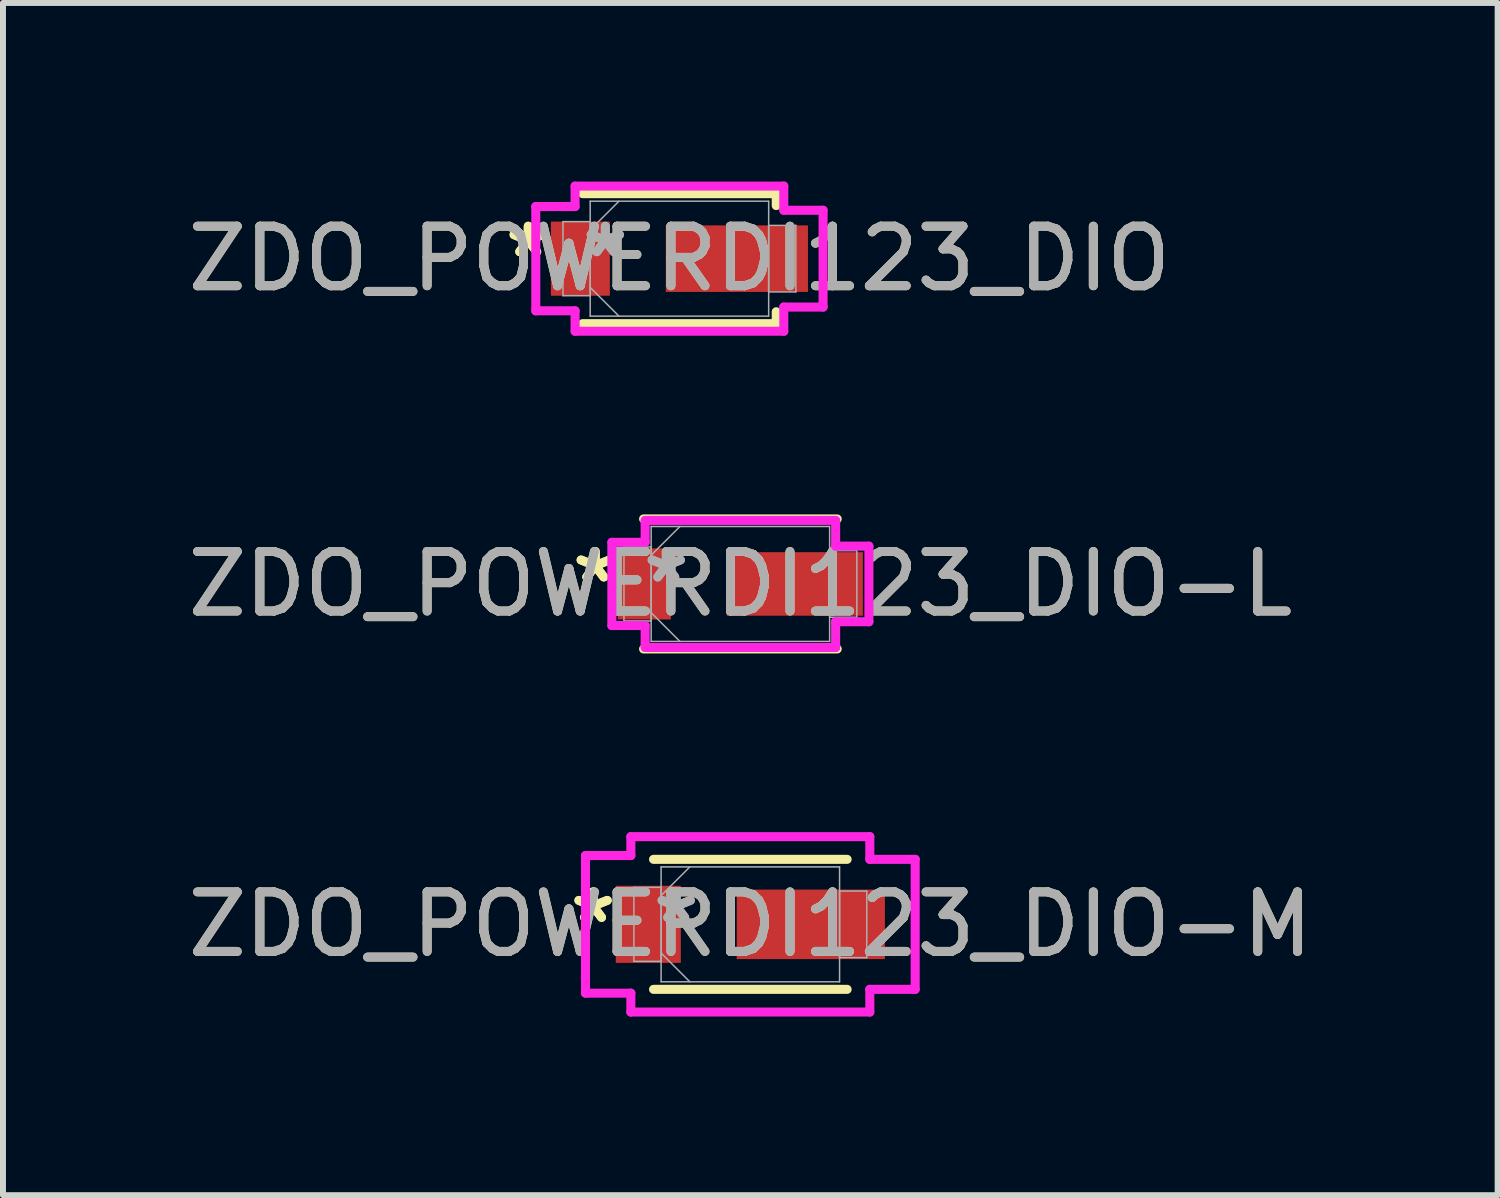
<source format=kicad_pcb>
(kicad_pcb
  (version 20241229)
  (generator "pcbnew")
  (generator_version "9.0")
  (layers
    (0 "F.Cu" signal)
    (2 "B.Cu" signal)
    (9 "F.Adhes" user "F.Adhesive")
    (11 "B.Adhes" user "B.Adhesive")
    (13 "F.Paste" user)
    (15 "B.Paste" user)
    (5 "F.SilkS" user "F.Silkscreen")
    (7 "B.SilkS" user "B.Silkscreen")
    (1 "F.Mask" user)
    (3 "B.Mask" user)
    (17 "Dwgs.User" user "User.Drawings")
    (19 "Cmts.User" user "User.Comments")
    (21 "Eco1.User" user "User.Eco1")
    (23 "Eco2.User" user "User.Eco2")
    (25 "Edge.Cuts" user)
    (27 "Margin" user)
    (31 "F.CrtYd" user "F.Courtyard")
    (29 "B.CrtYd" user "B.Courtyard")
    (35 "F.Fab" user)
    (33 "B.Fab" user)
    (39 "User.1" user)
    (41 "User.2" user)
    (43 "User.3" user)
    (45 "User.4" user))
  (footprint "ZDO_POWERDI123_DIO-M"
    (layer "F.Cu")
    (at 9.554 12.477)
    (property "Reference" "ZDO_POWERDI123_DIO-M" (at 0 0 0) (unlocked yes) (layer "F.SilkS") (effects (font (size 1 1) (thickness 0.15))))
    (attr smd)
    (fp_line (start -1.626 1.092) (end 1.626 1.092) (stroke (width 0.152) (type solid)) (layer "F.SilkS"))
    (fp_line (start 1.626 -1.092) (end -1.626 -1.092) (stroke (width 0.152) (type solid)) (layer "F.SilkS"))
    (fp_line (start -2.769 -1.156) (end -2.007 -1.156) (stroke (width 0.152) (type solid)) (layer "F.CrtYd"))
    (fp_line (start -2.769 1.156) (end -2.769 -1.156) (stroke (width 0.152) (type solid)) (layer "F.CrtYd"))
    (fp_line (start -2.007 -1.473) (end 2.007 -1.473) (stroke (width 0.152) (type solid)) (layer "F.CrtYd"))
    (fp_line (start -2.007 -1.156) (end -2.007 -1.473) (stroke (width 0.152) (type solid)) (layer "F.CrtYd"))
    (fp_line (start -2.007 1.156) (end -2.769 1.156) (stroke (width 0.152) (type solid)) (layer "F.CrtYd"))
    (fp_line (start -2.007 1.473) (end -2.007 1.156) (stroke (width 0.152) (type solid)) (layer "F.CrtYd"))
    (fp_line (start 2.007 -1.473) (end 2.007 -1.092) (stroke (width 0.152) (type solid)) (layer "F.CrtYd"))
    (fp_line (start 2.007 -1.092) (end 2.769 -1.092) (stroke (width 0.152) (type solid)) (layer "F.CrtYd"))
    (fp_line (start 2.007 1.092) (end 2.007 1.473) (stroke (width 0.152) (type solid)) (layer "F.CrtYd"))
    (fp_line (start 2.007 1.473) (end -2.007 1.473) (stroke (width 0.152) (type solid)) (layer "F.CrtYd"))
    (fp_line (start 2.769 -1.092) (end 2.769 1.092) (stroke (width 0.152) (type solid)) (layer "F.CrtYd"))
    (fp_line (start 2.769 1.092) (end 2.007 1.092) (stroke (width 0.152) (type solid)) (layer "F.CrtYd"))
    (fp_line (start -1.956 -0.622) (end -1.956 0.622) (stroke (width 0.025) (type solid)) (layer "F.Fab"))
    (fp_line (start -1.956 0.622) (end -1.499 0.622) (stroke (width 0.025) (type solid)) (layer "F.Fab"))
    (fp_line (start -1.499 -0.965) (end -1.499 0.965) (stroke (width 0.025) (type solid)) (layer "F.Fab"))
    (fp_line (start -1.499 -0.622) (end -1.956 -0.622) (stroke (width 0.025) (type solid)) (layer "F.Fab"))
    (fp_line (start -1.499 -0.483) (end -1.016 -0.965) (stroke (width 0.025) (type solid)) (layer "F.Fab"))
    (fp_line (start -1.499 0.483) (end -1.016 0.965) (stroke (width 0.025) (type solid)) (layer "F.Fab"))
    (fp_line (start -1.499 0.622) (end -1.499 -0.622) (stroke (width 0.025) (type solid)) (layer "F.Fab"))
    (fp_line (start -1.499 0.965) (end 1.499 0.965) (stroke (width 0.025) (type solid)) (layer "F.Fab"))
    (fp_line (start 1.499 -0.965) (end -1.499 -0.965) (stroke (width 0.025) (type solid)) (layer "F.Fab"))
    (fp_line (start 1.499 -0.559) (end 1.499 0.559) (stroke (width 0.025) (type solid)) (layer "F.Fab"))
    (fp_line (start 1.499 0.559) (end 1.956 0.559) (stroke (width 0.025) (type solid)) (layer "F.Fab"))
    (fp_line (start 1.499 0.965) (end 1.499 -0.965) (stroke (width 0.025) (type solid)) (layer "F.Fab"))
    (fp_line (start 1.956 -0.559) (end 1.499 -0.559) (stroke (width 0.025) (type solid)) (layer "F.Fab"))
    (fp_line (start 1.956 0.559) (end 1.956 -0.559) (stroke (width 0.025) (type solid)) (layer "F.Fab"))
    (fp_text user "*" (at -2.642 0 0) (layer "F.SilkS") (effects (font (size 1 1) (thickness 0.15))))
    (fp_text user "*" (at -2.642 0 0) (unlocked yes) (layer "F.SilkS") (effects (font (size 1 1) (thickness 0.15))))
    (fp_text user "${REFERENCE}" (at 0 0 0) (unlocked yes) (layer "F.Fab") (effects (font (size 1 1) (thickness 0.15))))
    (fp_text user "*" (at -1.245 0 0) (unlocked yes) (layer "F.Fab") (effects (font (size 1 1) (thickness 0.15))))
    (fp_text user "*" (at -1.245 0 0) (layer "F.Fab") (effects (font (size 1 1) (thickness 0.15))))
    (pad "1" smd rect (at -1.714 0) (size 1.092 1.295) (layers "F.Cu" "F.Mask" "F.Paste"))
    (pad "2" smd rect (at 1.016 0) (size 2.489 1.168) (layers "F.Cu" "F.Mask" "F.Paste"))
    (zone (net_name "") (layer "F.Cu") (hatch full 0.508) (connect_pads) (min_thickness 0.254) (filled_areas_thickness no) (keepout (tracks not_allowed) (vias not_allowed) (pads allowed) (copperpour not_allowed) (footprints allowed)) (placement (enabled no)) (fill) (polygon (pts (xy 8.436 11.563) (xy 9.274 11.563) (xy 9.274 13.391) (xy 8.436 13.391)))))
  (footprint "ZDO_POWERDI123_DIO-L"
    (layer "F.Cu")
    (at 9.387 6.759)
    (property "Reference" "ZDO_POWERDI123_DIO-L" (at 0 0 0) (unlocked yes) (layer "F.SilkS") (effects (font (size 1 1) (thickness 0.15))))
    (attr smd)
    (fp_line (start -1.626 1.092) (end 1.626 1.092) (stroke (width 0.152) (type solid)) (layer "F.SilkS"))
    (fp_line (start 1.626 -1.092) (end -1.626 -1.092) (stroke (width 0.152) (type solid)) (layer "F.SilkS"))
    (fp_line (start -2.159 -0.699) (end -1.6 -0.699) (stroke (width 0.152) (type solid)) (layer "F.CrtYd"))
    (fp_line (start -2.159 0.699) (end -2.159 -0.699) (stroke (width 0.152) (type solid)) (layer "F.CrtYd"))
    (fp_line (start -1.6 -1.067) (end 1.6 -1.067) (stroke (width 0.152) (type solid)) (layer "F.CrtYd"))
    (fp_line (start -1.6 -0.699) (end -1.6 -1.067) (stroke (width 0.152) (type solid)) (layer "F.CrtYd"))
    (fp_line (start -1.6 0.699) (end -2.159 0.699) (stroke (width 0.152) (type solid)) (layer "F.CrtYd"))
    (fp_line (start -1.6 1.067) (end -1.6 0.699) (stroke (width 0.152) (type solid)) (layer "F.CrtYd"))
    (fp_line (start 1.6 -1.067) (end 1.6 -0.635) (stroke (width 0.152) (type solid)) (layer "F.CrtYd"))
    (fp_line (start 1.6 -0.635) (end 2.159 -0.635) (stroke (width 0.152) (type solid)) (layer "F.CrtYd"))
    (fp_line (start 1.6 0.635) (end 1.6 1.067) (stroke (width 0.152) (type solid)) (layer "F.CrtYd"))
    (fp_line (start 1.6 1.067) (end -1.6 1.067) (stroke (width 0.152) (type solid)) (layer "F.CrtYd"))
    (fp_line (start 2.159 -0.635) (end 2.159 0.635) (stroke (width 0.152) (type solid)) (layer "F.CrtYd"))
    (fp_line (start 2.159 0.635) (end 1.6 0.635) (stroke (width 0.152) (type solid)) (layer "F.CrtYd"))
    (fp_line (start -1.956 -0.622) (end -1.956 0.622) (stroke (width 0.025) (type solid)) (layer "F.Fab"))
    (fp_line (start -1.956 0.622) (end -1.499 0.622) (stroke (width 0.025) (type solid)) (layer "F.Fab"))
    (fp_line (start -1.499 -0.965) (end -1.499 0.965) (stroke (width 0.025) (type solid)) (layer "F.Fab"))
    (fp_line (start -1.499 -0.622) (end -1.956 -0.622) (stroke (width 0.025) (type solid)) (layer "F.Fab"))
    (fp_line (start -1.499 -0.483) (end -1.016 -0.965) (stroke (width 0.025) (type solid)) (layer "F.Fab"))
    (fp_line (start -1.499 0.483) (end -1.016 0.965) (stroke (width 0.025) (type solid)) (layer "F.Fab"))
    (fp_line (start -1.499 0.622) (end -1.499 -0.622) (stroke (width 0.025) (type solid)) (layer "F.Fab"))
    (fp_line (start -1.499 0.965) (end 1.499 0.965) (stroke (width 0.025) (type solid)) (layer "F.Fab"))
    (fp_line (start 1.499 -0.965) (end -1.499 -0.965) (stroke (width 0.025) (type solid)) (layer "F.Fab"))
    (fp_line (start 1.499 -0.559) (end 1.499 0.559) (stroke (width 0.025) (type solid)) (layer "F.Fab"))
    (fp_line (start 1.499 0.559) (end 1.956 0.559) (stroke (width 0.025) (type solid)) (layer "F.Fab"))
    (fp_line (start 1.499 0.965) (end 1.499 -0.965) (stroke (width 0.025) (type solid)) (layer "F.Fab"))
    (fp_line (start 1.956 -0.559) (end 1.499 -0.559) (stroke (width 0.025) (type solid)) (layer "F.Fab"))
    (fp_line (start 1.956 0.559) (end 1.956 -0.559) (stroke (width 0.025) (type solid)) (layer "F.Fab"))
    (fp_text user "*" (at -2.438 0 0) (unlocked yes) (layer "F.SilkS") (effects (font (size 1 1) (thickness 0.15))))
    (fp_text user "*" (at -2.438 0 0) (layer "F.SilkS") (effects (font (size 1 1) (thickness 0.15))))
    (fp_text user "*" (at -1.245 0 0) (unlocked yes) (layer "F.Fab") (effects (font (size 1 1) (thickness 0.15))))
    (fp_text user "*" (at -1.245 0 0) (layer "F.Fab") (effects (font (size 1 1) (thickness 0.15))))
    (fp_text user "${REFERENCE}" (at 0 0 0) (unlocked yes) (layer "F.Fab") (effects (font (size 1 1) (thickness 0.15))))
    (pad "1" smd rect (at -1.613 0) (size 0.889 1.194) (layers "F.Cu" "F.Mask" "F.Paste"))
    (pad "2" smd rect (at 0.914 0) (size 2.286 1.067) (layers "F.Cu" "F.Mask" "F.Paste"))
    (zone (net_name "") (layer "F.Cu") (hatch full 0.508) (connect_pads) (min_thickness 0.254) (filled_areas_thickness no) (keepout (tracks not_allowed) (vias not_allowed) (pads allowed) (copperpour not_allowed) (footprints allowed)) (placement (enabled no)) (fill) (polygon (pts (xy 8.269 5.845) (xy 9.108 5.845) (xy 9.108 7.674) (xy 8.269 7.674)))))
  (footprint "ZDO_POWERDI123_DIO"
    (layer "F.Cu")
    (at 8.363 1.295)
    (property "Reference" "ZDO_POWERDI123_DIO" (at 0 0 0) (unlocked yes) (layer "F.SilkS") (effects (font (size 1 1) (thickness 0.15))))
    (attr smd)
    (fp_line (start -1.626 1.092) (end 1.626 1.092) (stroke (width 0.152) (type solid)) (layer "F.SilkS"))
    (fp_line (start 1.626 -1.092) (end -1.626 -1.092) (stroke (width 0.152) (type solid)) (layer "F.SilkS"))
    (fp_line (start 1.626 -0.892) (end 1.626 -1.092) (stroke (width 0.152) (type solid)) (layer "F.SilkS"))
    (fp_line (start 1.626 1.092) (end 1.626 0.892) (stroke (width 0.152) (type solid)) (layer "F.SilkS"))
    (fp_line (start -2.413 -0.876) (end -1.753 -0.876) (stroke (width 0.152) (type solid)) (layer "F.CrtYd"))
    (fp_line (start -2.413 0.876) (end -2.413 -0.876) (stroke (width 0.152) (type solid)) (layer "F.CrtYd"))
    (fp_line (start -1.753 -1.219) (end 1.753 -1.219) (stroke (width 0.152) (type solid)) (layer "F.CrtYd"))
    (fp_line (start -1.753 -0.876) (end -1.753 -1.219) (stroke (width 0.152) (type solid)) (layer "F.CrtYd"))
    (fp_line (start -1.753 0.876) (end -2.413 0.876) (stroke (width 0.152) (type solid)) (layer "F.CrtYd"))
    (fp_line (start -1.753 1.219) (end -1.753 0.876) (stroke (width 0.152) (type solid)) (layer "F.CrtYd"))
    (fp_line (start 1.753 -1.219) (end 1.753 -0.813) (stroke (width 0.152) (type solid)) (layer "F.CrtYd"))
    (fp_line (start 1.753 -0.813) (end 2.413 -0.813) (stroke (width 0.152) (type solid)) (layer "F.CrtYd"))
    (fp_line (start 1.753 0.813) (end 1.753 1.219) (stroke (width 0.152) (type solid)) (layer "F.CrtYd"))
    (fp_line (start 1.753 1.219) (end -1.753 1.219) (stroke (width 0.152) (type solid)) (layer "F.CrtYd"))
    (fp_line (start 2.413 -0.813) (end 2.413 0.813) (stroke (width 0.152) (type solid)) (layer "F.CrtYd"))
    (fp_line (start 2.413 0.813) (end 1.753 0.813) (stroke (width 0.152) (type solid)) (layer "F.CrtYd"))
    (fp_line (start -1.956 -0.622) (end -1.956 0.622) (stroke (width 0.025) (type solid)) (layer "F.Fab"))
    (fp_line (start -1.956 0.622) (end -1.499 0.622) (stroke (width 0.025) (type solid)) (layer "F.Fab"))
    (fp_line (start -1.499 -0.965) (end -1.499 0.965) (stroke (width 0.025) (type solid)) (layer "F.Fab"))
    (fp_line (start -1.499 -0.622) (end -1.956 -0.622) (stroke (width 0.025) (type solid)) (layer "F.Fab"))
    (fp_line (start -1.499 -0.483) (end -1.016 -0.965) (stroke (width 0.025) (type solid)) (layer "F.Fab"))
    (fp_line (start -1.499 0.483) (end -1.016 0.965) (stroke (width 0.025) (type solid)) (layer "F.Fab"))
    (fp_line (start -1.499 0.622) (end -1.499 -0.622) (stroke (width 0.025) (type solid)) (layer "F.Fab"))
    (fp_line (start -1.499 0.965) (end 1.499 0.965) (stroke (width 0.025) (type solid)) (layer "F.Fab"))
    (fp_line (start 1.499 -0.965) (end -1.499 -0.965) (stroke (width 0.025) (type solid)) (layer "F.Fab"))
    (fp_line (start 1.499 -0.559) (end 1.499 0.559) (stroke (width 0.025) (type solid)) (layer "F.Fab"))
    (fp_line (start 1.499 0.559) (end 1.956 0.559) (stroke (width 0.025) (type solid)) (layer "F.Fab"))
    (fp_line (start 1.499 0.965) (end 1.499 -0.965) (stroke (width 0.025) (type solid)) (layer "F.Fab"))
    (fp_line (start 1.956 -0.559) (end 1.499 -0.559) (stroke (width 0.025) (type solid)) (layer "F.Fab"))
    (fp_line (start 1.956 0.559) (end 1.956 -0.559) (stroke (width 0.025) (type solid)) (layer "F.Fab"))
    (fp_text user "*" (at -2.54 0 0) (unlocked yes) (layer "F.SilkS") (effects (font (size 1 1) (thickness 0.15))))
    (fp_text user "*" (at -2.54 0 0) (layer "F.SilkS") (effects (font (size 1 1) (thickness 0.15))))
    (fp_text user "*" (at -1.245 0 0) (layer "F.Fab") (effects (font (size 1 1) (thickness 0.15))))
    (fp_text user "${REFERENCE}" (at 0 0 0) (unlocked yes) (layer "F.Fab") (effects (font (size 1 1) (thickness 0.15))))
    (fp_text user "*" (at -1.245 0 0) (unlocked yes) (layer "F.Fab") (effects (font (size 1 1) (thickness 0.15))))
    (pad "1" smd rect (at -1.664 0) (size 0.991 1.245) (layers "F.Cu" "F.Mask" "F.Paste"))
    (pad "2" smd rect (at 0.965 0) (size 2.388 1.118) (layers "F.Cu" "F.Mask" "F.Paste"))
    (zone (net_name "") (layer "F.Cu") (hatch full 0.508) (connect_pads) (min_thickness 0.254) (filled_areas_thickness no) (keepout (tracks not_allowed) (vias not_allowed) (pads allowed) (copperpour not_allowed) (footprints allowed)) (placement (enabled no)) (fill) (polygon (pts (xy 7.245 0.381) (xy 8.084 0.381) (xy 8.084 2.21) (xy 7.245 2.21)))))
  (gr_rect
    (start -3 -3)
    (end 22.107 17.026)
    (stroke (width 0.1) (type default))
    (fill no)
    (layer "Edge.Cuts")))
</source>
